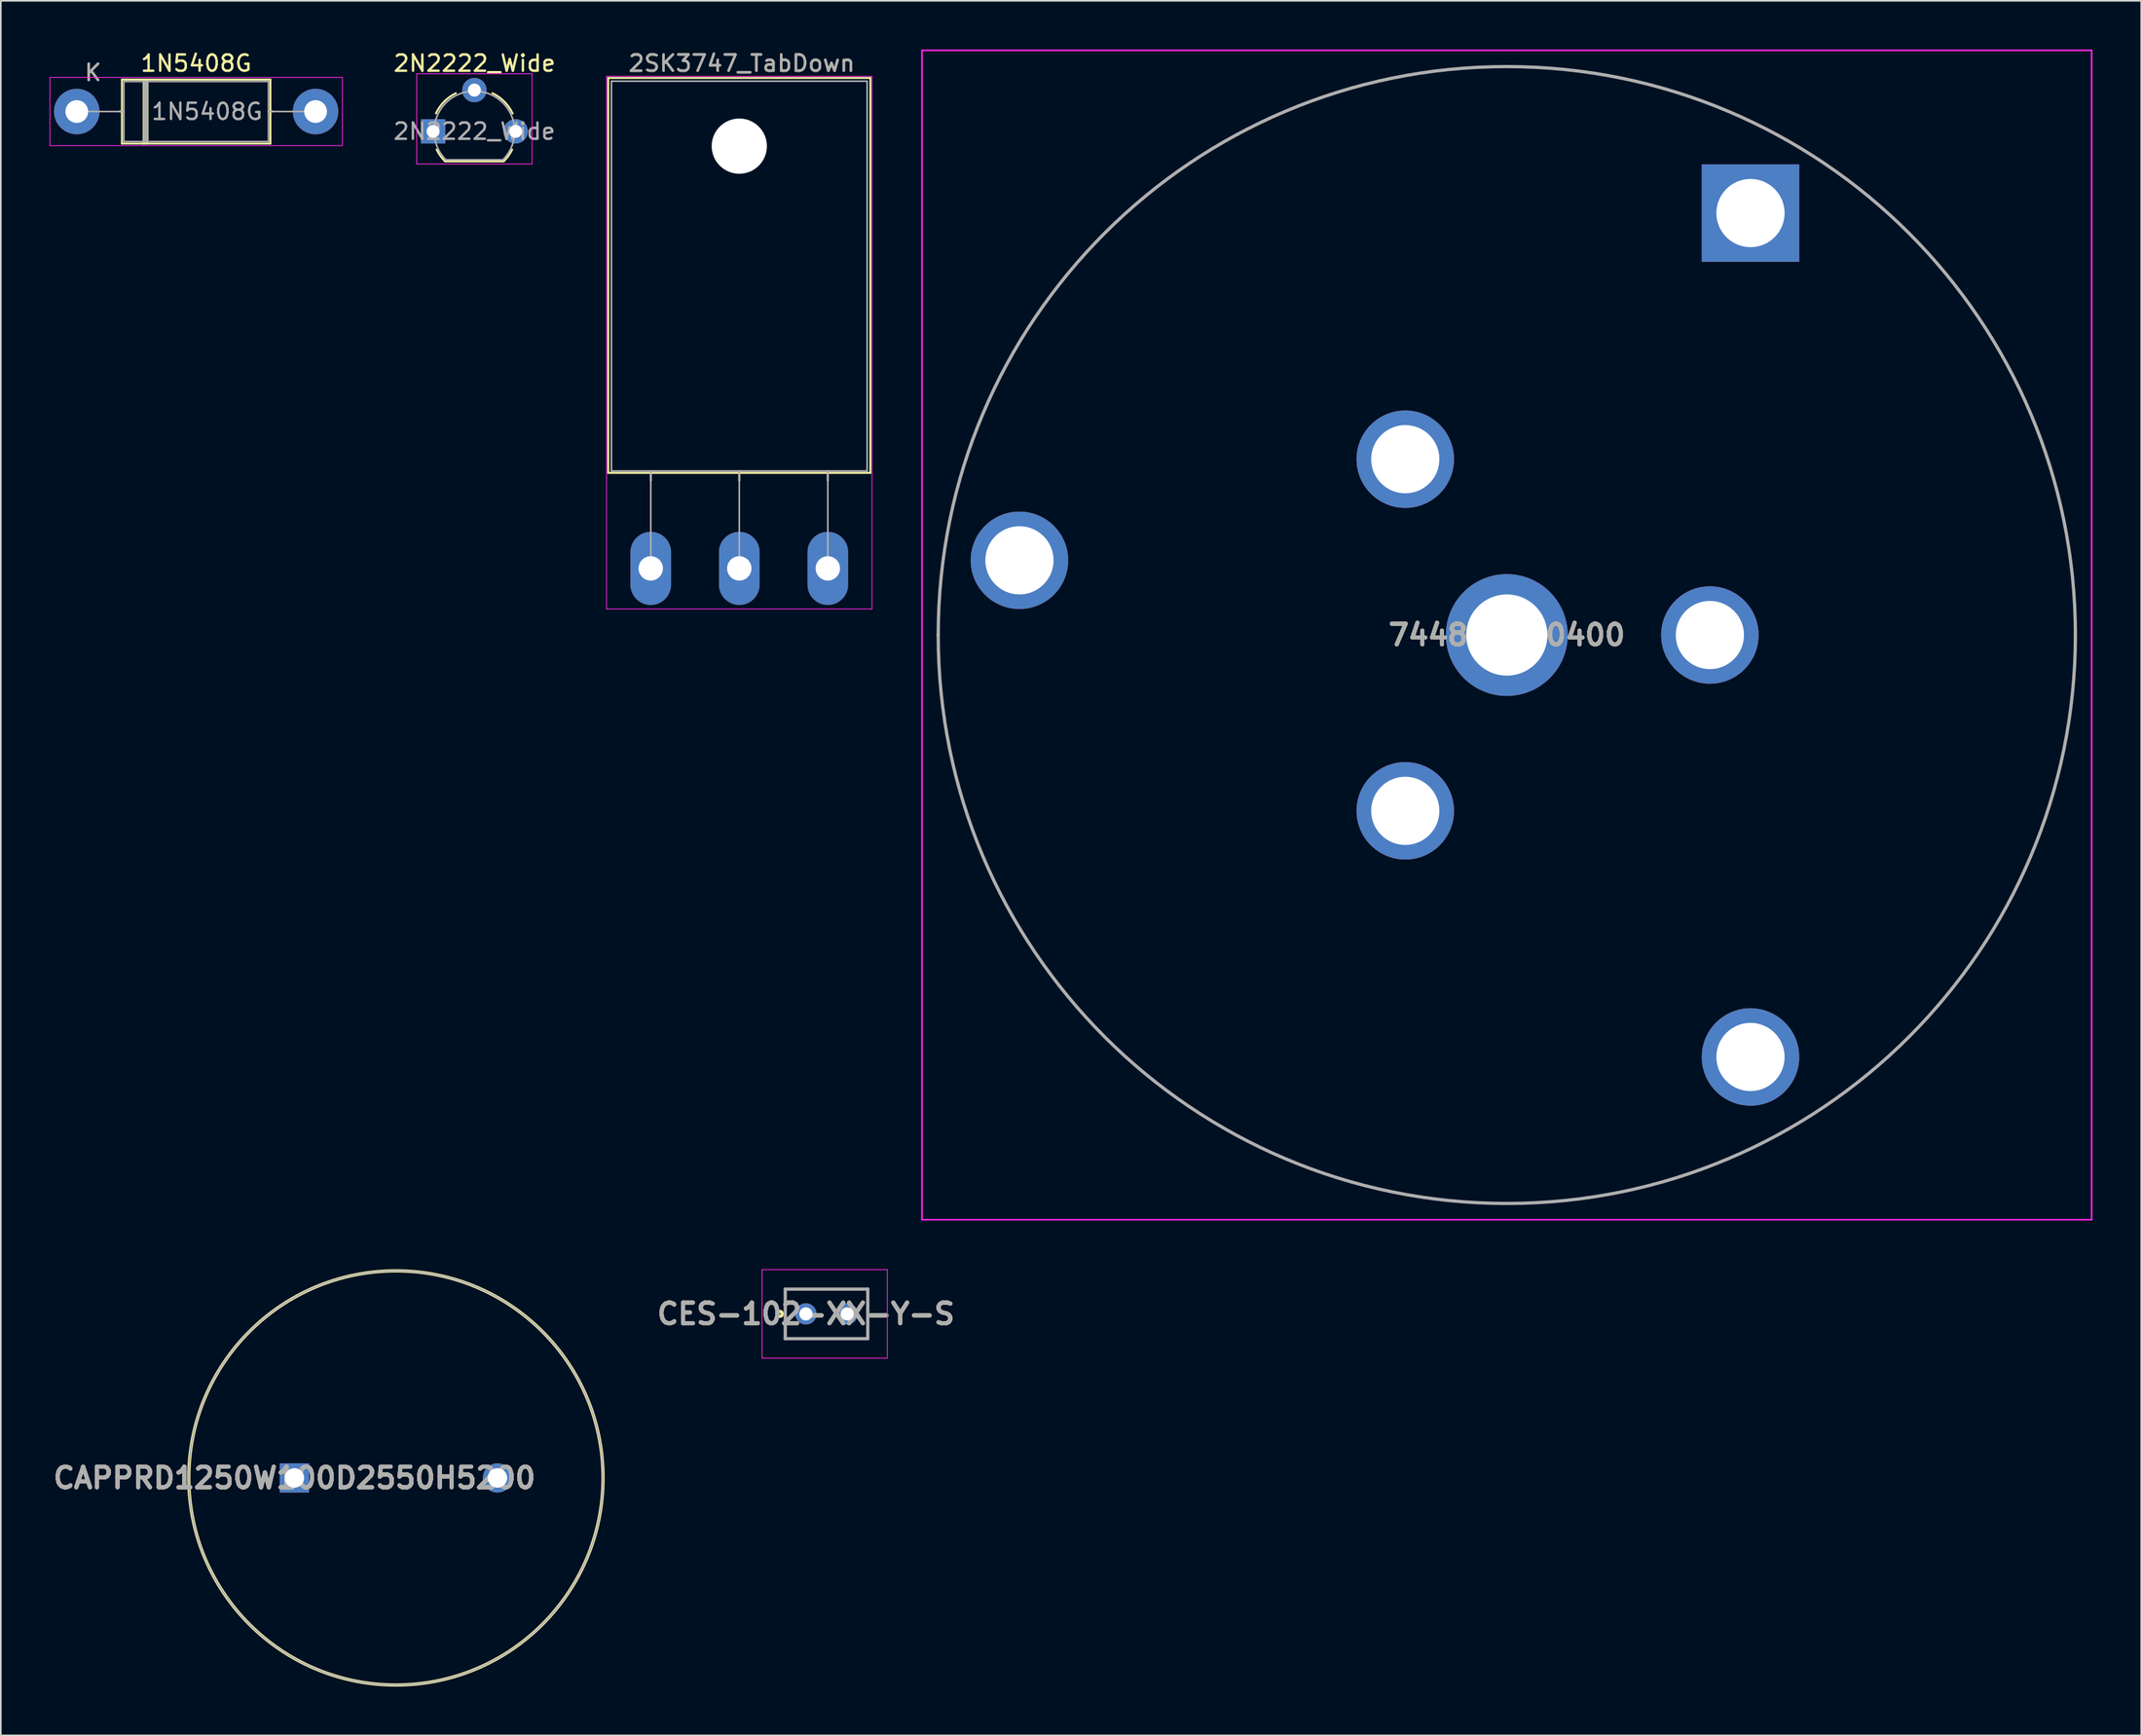
<source format=kicad_pcb>
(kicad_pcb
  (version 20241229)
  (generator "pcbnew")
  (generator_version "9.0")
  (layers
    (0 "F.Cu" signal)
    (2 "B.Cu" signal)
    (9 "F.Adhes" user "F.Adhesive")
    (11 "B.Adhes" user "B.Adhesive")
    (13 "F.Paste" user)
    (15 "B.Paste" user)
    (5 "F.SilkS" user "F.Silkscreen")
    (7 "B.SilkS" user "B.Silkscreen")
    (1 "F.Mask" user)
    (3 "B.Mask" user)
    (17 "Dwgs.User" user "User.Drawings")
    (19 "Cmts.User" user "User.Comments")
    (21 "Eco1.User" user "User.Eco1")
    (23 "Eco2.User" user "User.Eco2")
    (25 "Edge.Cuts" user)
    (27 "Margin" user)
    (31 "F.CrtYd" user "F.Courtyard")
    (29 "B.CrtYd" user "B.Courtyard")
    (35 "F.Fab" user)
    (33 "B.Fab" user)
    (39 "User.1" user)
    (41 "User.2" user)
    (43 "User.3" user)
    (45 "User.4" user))
  (footprint "744839010400"
    (layer "F.Cu")
    (at 104.702 10.069)
    (property "Reference" "744839010400" (at -15 25.981 0) (layer "F.SilkS") (effects (font (size 1.27 1.27) (thickness 0.254))))
    (attr through_hole)
    (fp_line (start -50 25.981) (end -50 25.981) (stroke (width 0.1) (type solid)) (layer "F.SilkS"))
    (fp_line (start 20 25.981) (end 20 25.981) (stroke (width 0.1) (type solid)) (layer "F.SilkS"))
    (fp_arc (start -50 25.981) (mid -15 -9.019) (end 20 25.981) (stroke (width 0.1) (type solid)) (layer "F.SilkS"))
    (fp_arc (start 20 25.981) (mid -15 60.981) (end -50 25.981) (stroke (width 0.1) (type solid)) (layer "F.SilkS"))
    (fp_line (start -51 -10.019) (end 21 -10.019) (stroke (width 0.1) (type solid)) (layer "F.CrtYd"))
    (fp_line (start -51 61.981) (end -51 -10.019) (stroke (width 0.1) (type solid)) (layer "F.CrtYd"))
    (fp_line (start 21 -10.019) (end 21 61.981) (stroke (width 0.1) (type solid)) (layer "F.CrtYd"))
    (fp_line (start 21 61.981) (end -51 61.981) (stroke (width 0.1) (type solid)) (layer "F.CrtYd"))
    (fp_line (start -50 25.981) (end -50 25.981) (stroke (width 0.2) (type solid)) (layer "F.Fab"))
    (fp_line (start 20 25.981) (end 20 25.981) (stroke (width 0.2) (type solid)) (layer "F.Fab"))
    (fp_arc (start -50 25.981) (mid -15 -9.019) (end 20 25.981) (stroke (width 0.2) (type solid)) (layer "F.Fab"))
    (fp_arc (start 20 25.981) (mid -15 60.981) (end -50 25.981) (stroke (width 0.2) (type solid)) (layer "F.Fab"))
    (fp_text user "${REFERENCE}" (at -15 25.981 0) (layer "F.Fab") (effects (font (size 1.27 1.27) (thickness 0.254))))
    (pad "1" thru_hole rect (at 0 0) (size 6 6) (drill 4.2) (layers "*.Cu" "*.Mask"))
    (pad "2" thru_hole circle (at 0 51.962) (size 6 6) (drill 4.2) (layers "*.Cu" "*.Mask"))
    (pad "3" thru_hole circle (at -45 21.381) (size 6 6) (drill 4.2) (layers "*.Cu" "*.Mask"))
    (pad "4" thru_hole circle (at -2.5 25.981) (size 6 6) (drill 4.2) (layers "*.Cu" "*.Mask"))
    (pad "5" thru_hole circle (at -21.25 36.806) (size 6 6) (drill 4.2) (layers "*.Cu" "*.Mask"))
    (pad "6" thru_hole circle (at -21.25 15.155) (size 6 6) (drill 4.2) (layers "*.Cu" "*.Mask"))
    (pad "7" thru_hole circle (at -15 25.981) (size 7.5 7.5) (drill 5) (layers "*.Cu" "*.Mask")))
  (footprint "2SK3747_TabDown"
    (layer "F.Cu")
    (at 37.007 28.948)
    (property "Reference" "2SK3747_TabDown" (at 5.6 -28.1 0) (layer "F.SilkS") (effects (font (size 1 1) (thickness 0.15))))
    (attr through_hole)
    (fp_line (start -2.62 -27.2) (end -2.62 -2.88) (stroke (width 0.12) (type solid)) (layer "F.SilkS"))
    (fp_line (start -2.62 -27.2) (end 13.52 -27.2) (stroke (width 0.12) (type solid)) (layer "F.SilkS"))
    (fp_line (start -2.62 -2.88) (end 13.52 -2.88) (stroke (width 0.12) (type solid)) (layer "F.SilkS"))
    (fp_line (start 0 -2.88) (end 0 -2.4) (stroke (width 0.12) (type solid)) (layer "F.SilkS"))
    (fp_line (start 5.45 -2.88) (end 5.45 -2.4) (stroke (width 0.12) (type solid)) (layer "F.SilkS"))
    (fp_line (start 10.9 -2.88) (end 10.9 -2.4) (stroke (width 0.12) (type solid)) (layer "F.SilkS"))
    (fp_line (start 13.52 -27.2) (end 13.52 -2.88) (stroke (width 0.12) (type solid)) (layer "F.SilkS"))
    (fp_line (start -2.72 -27.3) (end -2.72 5.5) (stroke (width 0.05) (type solid)) (layer "F.CrtYd"))
    (fp_line (start -2.72 5.5) (end 13.62 5.5) (stroke (width 0.05) (type solid)) (layer "F.CrtYd"))
    (fp_line (start 13.62 -27.3) (end -2.72 -27.3) (stroke (width 0.05) (type solid)) (layer "F.CrtYd"))
    (fp_line (start 13.62 5.5) (end 13.62 -27.3) (stroke (width 0.05) (type solid)) (layer "F.CrtYd"))
    (fp_line (start -2.42 -27) (end 13.32 -27) (stroke (width 0.1) (type solid)) (layer "F.Fab"))
    (fp_line (start -2.42 -3) (end -2.42 -27) (stroke (width 0.1) (type solid)) (layer "F.Fab"))
    (fp_line (start 0 -3) (end 0 3) (stroke (width 0.1) (type solid)) (layer "F.Fab"))
    (fp_line (start 5.45 -3) (end 5.45 3) (stroke (width 0.1) (type solid)) (layer "F.Fab"))
    (fp_line (start 10.9 -3) (end 10.9 3) (stroke (width 0.1) (type solid)) (layer "F.Fab"))
    (fp_line (start 13.32 -27) (end 13.32 -3) (stroke (width 0.1) (type solid)) (layer "F.Fab"))
    (fp_line (start 13.32 -3) (end -2.42 -3) (stroke (width 0.1) (type solid)) (layer "F.Fab"))
    (fp_circle (center 5.45 -23) (end 7.05 -23) (stroke (width 0.1) (type solid)) (fill no) (layer "F.Fab"))
    (fp_text user "${REFERENCE}" (at 5.6 -28.1 0) (layer "F.Fab") (effects (font (size 1 1) (thickness 0.15))))
    (pad "" np_thru_hole oval (at 5.45 -23) (size 3.4 3.4) (drill 3.4) (layers "*.Cu" "*.Mask"))
    (pad "1" thru_hole oval (at 10.9 3) (size 2.5 4.5) (drill 1.5) (layers "*.Cu" "*.Mask"))
    (pad "2" thru_hole oval (at 0 3) (size 2.5 4.5) (drill 1.5) (layers "*.Cu" "*.Mask"))
    (pad "3" thru_hole oval (at 5.45 3) (size 2.5 4.5) (drill 1.5) (layers "*.Cu" "*.Mask")))
  (footprint "1N5408G"
    (layer "F.Cu")
    (at 2.675 3.818)
    (property "Reference" "1N5408G" (at 6.35 -2.97 0) (layer "F.SilkS") (effects (font (size 1 1) (thickness 0.15))))
    (attr through_hole)
    (fp_line (start 1.64 0) (end 1.78 0) (stroke (width 0.12) (type solid)) (layer "F.SilkS"))
    (fp_line (start 1.78 -1.97) (end 1.78 1.97) (stroke (width 0.12) (type solid)) (layer "F.SilkS"))
    (fp_line (start 1.78 1.97) (end 10.92 1.97) (stroke (width 0.12) (type solid)) (layer "F.SilkS"))
    (fp_line (start 3.115 -1.97) (end 3.115 1.97) (stroke (width 0.12) (type solid)) (layer "F.SilkS"))
    (fp_line (start 3.235 -1.97) (end 3.235 1.97) (stroke (width 0.12) (type solid)) (layer "F.SilkS"))
    (fp_line (start 3.355 -1.97) (end 3.355 1.97) (stroke (width 0.12) (type solid)) (layer "F.SilkS"))
    (fp_line (start 10.92 -1.97) (end 1.78 -1.97) (stroke (width 0.12) (type solid)) (layer "F.SilkS"))
    (fp_line (start 10.92 1.97) (end 10.92 -1.97) (stroke (width 0.12) (type solid)) (layer "F.SilkS"))
    (fp_line (start 11.06 0) (end 10.92 0) (stroke (width 0.12) (type solid)) (layer "F.SilkS"))
    (fp_line (start -2.65 -2.1) (end -2.65 2.1) (stroke (width 0.05) (type solid)) (layer "F.CrtYd"))
    (fp_line (start -2.65 2.1) (end 15.35 2.1) (stroke (width 0.05) (type solid)) (layer "F.CrtYd"))
    (fp_line (start 15.35 -2.1) (end -2.65 -2.1) (stroke (width 0.05) (type solid)) (layer "F.CrtYd"))
    (fp_line (start 15.35 2.1) (end 15.35 -2.1) (stroke (width 0.05) (type solid)) (layer "F.CrtYd"))
    (fp_line (start -1 0) (end 1.9 0) (stroke (width 0.1) (type solid)) (layer "F.Fab"))
    (fp_line (start 1.9 -1.85) (end 1.9 1.85) (stroke (width 0.1) (type solid)) (layer "F.Fab"))
    (fp_line (start 1.9 1.85) (end 10.8 1.85) (stroke (width 0.1) (type solid)) (layer "F.Fab"))
    (fp_line (start 3.135 -1.85) (end 3.135 1.85) (stroke (width 0.1) (type solid)) (layer "F.Fab"))
    (fp_line (start 3.235 -1.85) (end 3.235 1.85) (stroke (width 0.1) (type solid)) (layer "F.Fab"))
    (fp_line (start 3.335 -1.85) (end 3.335 1.85) (stroke (width 0.1) (type solid)) (layer "F.Fab"))
    (fp_line (start 10.8 -1.85) (end 1.9 -1.85) (stroke (width 0.1) (type solid)) (layer "F.Fab"))
    (fp_line (start 10.8 1.85) (end 10.8 -1.85) (stroke (width 0.1) (type solid)) (layer "F.Fab"))
    (fp_line (start 13.7 0) (end 10.8 0) (stroke (width 0.1) (type solid)) (layer "F.Fab"))
    (fp_text user "K" (at 0 -2.4 0) (layer "F.SilkS") (effects (font (size 1 1) (thickness 0.15))))
    (fp_text user "K" (at 0 -2.4 0) (layer "F.Fab") (effects (font (size 1 1) (thickness 0.15))))
    (fp_text user "${REFERENCE}" (at 7.018 0 0) (layer "F.Fab") (effects (font (size 1 1) (thickness 0.15))))
    (pad "1" thru_hole circle (at -1 0) (size 2.8 2.8) (drill 1.4) (layers "*.Cu" "*.Mask"))
    (pad "2" thru_hole oval (at 13.7 0) (size 2.8 2.8) (drill 1.4) (layers "*.Cu" "*.Mask")))
  (footprint "CAPPRD1250W100D2550H5200"
    (layer "F.Cu")
    (at 15.071 87.95)
    (property "Reference" "CAPPRD1250W100D2550H5200" (at 0 0 0) (layer "F.SilkS") (effects (font (size 1.27 1.27) (thickness 0.254))))
    (attr through_hole)
    (fp_circle (center 6.25 0) (end 6.25 12.75) (stroke (width 0.2) (type solid)) (fill no) (layer "F.SilkS"))
    (fp_circle (center 6.25 0) (end 6.25 12.75) (stroke (width 0.1) (type solid)) (fill no) (layer "F.Fab"))
    (fp_text user "${REFERENCE}" (at 0 0 0) (layer "F.Fab") (effects (font (size 1.27 1.27) (thickness 0.254))))
    (pad "1" thru_hole rect (at 0 0) (size 1.8 1.8) (drill 1.2) (layers "*.Cu" "*.Mask"))
    (pad "2" thru_hole circle (at 12.5 0) (size 1.8 1.8) (drill 1.2) (layers "*.Cu" "*.Mask")))
  (footprint "CES-102-XX-Y-S"
    (layer "F.Cu")
    (at 46.557 77.85)
    (property "Reference" "CES-102-XX-Y-S" (at 0 0 0) (layer "F.SilkS") (effects (font (size 1.27 1.27) (thickness 0.254))))
    (attr through_hole)
    (fp_line (start -1.27 -1.525) (end 3.81 -1.525) (stroke (width 0.1) (type solid)) (layer "F.SilkS"))
    (fp_line (start -1.27 1.525) (end -1.27 -1.525) (stroke (width 0.1) (type solid)) (layer "F.SilkS"))
    (fp_line (start 3.81 -1.525) (end 3.81 1.525) (stroke (width 0.1) (type solid)) (layer "F.SilkS"))
    (fp_line (start 3.81 1.525) (end -1.27 1.525) (stroke (width 0.1) (type solid)) (layer "F.SilkS"))
    (fp_circle (center -1.6 0) (end -1.6 0.05) (stroke (width 0.2) (type solid)) (fill no) (layer "F.SilkS"))
    (fp_line (start -2.7 -2.725) (end 5.01 -2.725) (stroke (width 0.05) (type solid)) (layer "F.CrtYd"))
    (fp_line (start -2.7 2.725) (end -2.7 -2.725) (stroke (width 0.05) (type solid)) (layer "F.CrtYd"))
    (fp_line (start 5.01 -2.725) (end 5.01 2.725) (stroke (width 0.05) (type solid)) (layer "F.CrtYd"))
    (fp_line (start 5.01 2.725) (end -2.7 2.725) (stroke (width 0.05) (type solid)) (layer "F.CrtYd"))
    (fp_line (start -1.27 -1.525) (end 3.81 -1.525) (stroke (width 0.2) (type solid)) (layer "F.Fab"))
    (fp_line (start -1.27 1.525) (end -1.27 -1.525) (stroke (width 0.2) (type solid)) (layer "F.Fab"))
    (fp_line (start 3.81 -1.525) (end 3.81 1.525) (stroke (width 0.2) (type solid)) (layer "F.Fab"))
    (fp_line (start 3.81 1.525) (end -1.27 1.525) (stroke (width 0.2) (type solid)) (layer "F.Fab"))
    (fp_text user "${REFERENCE}" (at 0 0 0) (layer "F.Fab") (effects (font (size 1.27 1.27) (thickness 0.254))))
    (pad "1" thru_hole circle (at 0 0) (size 1.31 1.31) (drill 0.81) (layers "*.Cu" "*.Mask"))
    (pad "2" thru_hole circle (at 2.54 0) (size 1.31 1.31) (drill 0.81) (layers "*.Cu" "*.Mask")))
  (footprint "2N2222_Wide"
    (layer "F.Cu")
    (at 23.611 5.038)
    (property "Reference" "2N2222_Wide" (at 2.55 -4.19 0) (layer "F.SilkS") (effects (font (size 1 1) (thickness 0.15))))
    (attr through_hole)
    (fp_line (start 0.74 1.85) (end 4.34 1.85) (stroke (width 0.12) (type solid)) (layer "F.SilkS"))
    (fp_arc (start 0.172801 -1.103842) (mid 0.678995 -1.832692) (end 1.4 -2.35) (stroke (width 0.12) (type solid)) (layer "F.SilkS"))
    (fp_arc (start 0.74 1.85) (mid 0.446097 1.509328) (end 0.215816 1.122795) (stroke (width 0.12) (type solid)) (layer "F.SilkS"))
    (fp_arc (start 3.65 -2.35) (mid 4.382279 -1.833196) (end 4.895458 -1.098371) (stroke (width 0.12) (type solid)) (layer "F.SilkS"))
    (fp_arc (start 4.864184 1.122795) (mid 4.633903 1.509328) (end 4.34 1.85) (stroke (width 0.12) (type solid)) (layer "F.SilkS"))
    (fp_line (start -1.01 -3.55) (end -1.01 2.01) (stroke (width 0.05) (type solid)) (layer "F.CrtYd"))
    (fp_line (start -1.01 -3.55) (end 6.09 -3.55) (stroke (width 0.05) (type solid)) (layer "F.CrtYd"))
    (fp_line (start 6.09 2.01) (end -1.01 2.01) (stroke (width 0.05) (type solid)) (layer "F.CrtYd"))
    (fp_line (start 6.09 2.01) (end 6.09 -3.55) (stroke (width 0.05) (type solid)) (layer "F.CrtYd"))
    (fp_line (start 0.8 1.75) (end 4.3 1.75) (stroke (width 0.1) (type solid)) (layer "F.Fab"))
    (fp_arc (start 0.786375 1.753625) (mid 0.248779 -0.949055) (end 2.54 -2.48) (stroke (width 0.1) (type solid)) (layer "F.Fab"))
    (fp_arc (start 2.54 -2.48) (mid 4.831221 -0.949055) (end 4.293625 1.753625) (stroke (width 0.1) (type solid)) (layer "F.Fab"))
    (fp_text user "${REFERENCE}" (at 2.54 0 0) (layer "F.Fab") (effects (font (size 1 1) (thickness 0.15))))
    (pad "1" thru_hole circle (at 5.08 0) (size 1.5 1.5) (drill 0.8) (layers "*.Cu" "*.Mask"))
    (pad "2" thru_hole circle (at 2.54 -2.54) (size 1.5 1.5) (drill 0.8) (layers "*.Cu" "*.Mask"))
    (pad "3" thru_hole rect (at 0 0) (size 1.5 1.5) (drill 0.8) (layers "*.Cu" "*.Mask")))
  (gr_rect
    (start -3 -3)
    (end 128.752 103.8)
    (stroke (width 0.1) (type default))
    (fill no)
    (layer "Edge.Cuts")))
</source>
